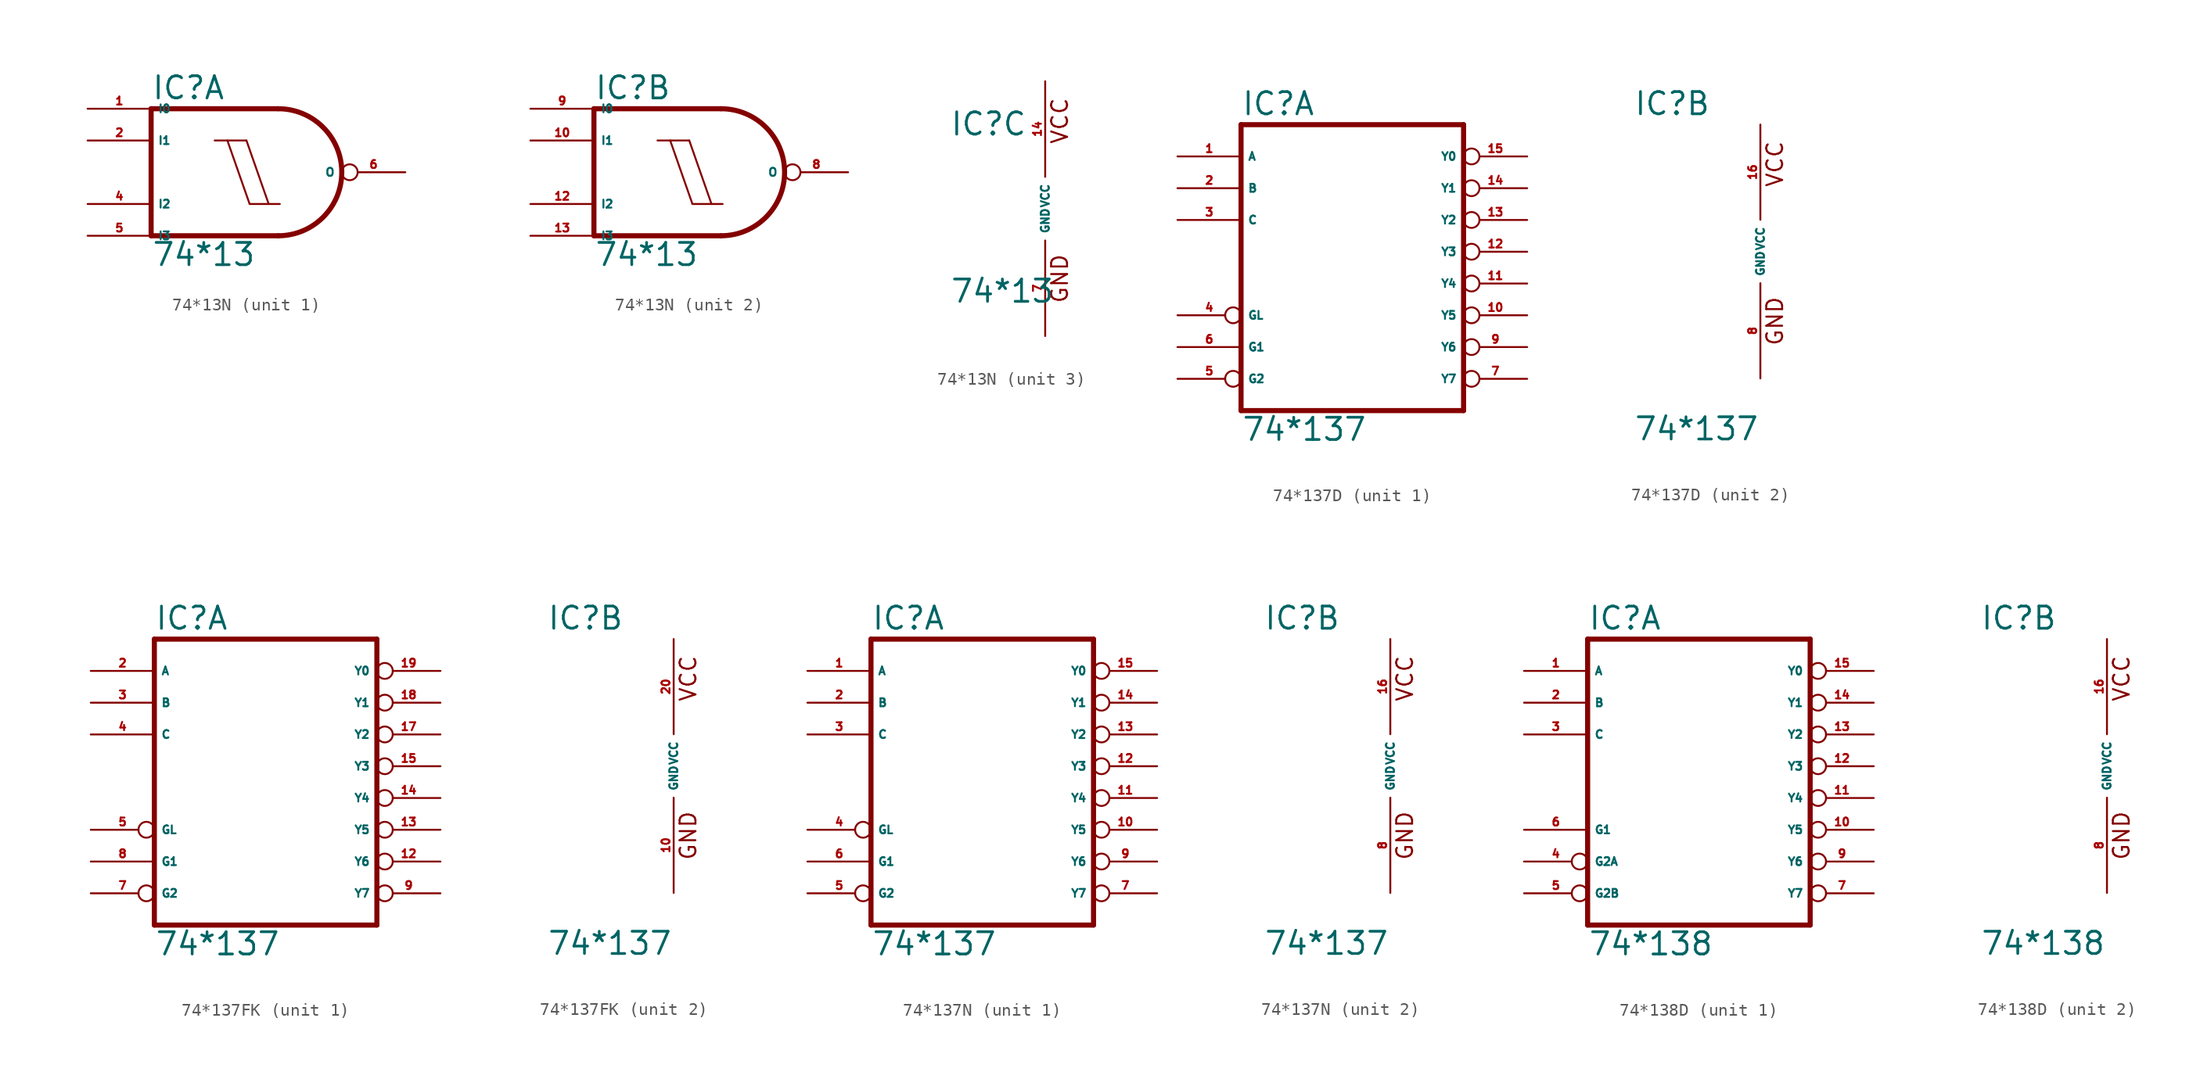
<source format=kicad_sym>
(kicad_symbol_lib
  (version 20220914)
  (generator Eagle2Kicad)
  (symbol "74*13N"
    (property "Reference" "IC"
      (at -7.62 5.715 0)
      (effects (font (size 1.778 1.778) (thickness 0.22)) (justify left bottom)))
    (property "Value" "74*13"
      (at -7.62 -7.62 0)
      (effects (font (size 1.778 1.778) (thickness 0.22)) (justify left bottom)))
    (symbol "74*13N_1_0"
      (polyline (pts (xy 2.54 5.08) (xy -7.62 5.08)) (stroke (width 0.406) (type default)) (fill (type none)))
      (polyline (pts (xy -7.62 5.08) (xy -7.62 -5.08)) (stroke (width 0.406) (type default)) (fill (type none)))
      (polyline (pts (xy -7.62 -5.08) (xy 2.54 -5.08)) (stroke (width 0.406) (type default)) (fill (type none)))
      (arc (start 2.54 -5.08) (mid 7.620 0.000) (end 2.54 5.08) (stroke (width 0.4064) (type default)) (fill (type none)))
      (polyline (pts (xy 0 2.54) (xy 1.778 -2.54)) (stroke (width 0.152) (type default)) (fill (type none)))
      (polyline (pts (xy -1.524 2.54) (xy 0.254 -2.54)) (stroke (width 0.152) (type default)) (fill (type none)))
      (polyline (pts (xy -2.54 2.54) (xy 0 2.54)) (stroke (width 0.152) (type default)) (fill (type none)))
      (polyline (pts (xy 0.254 -2.54) (xy 2.667 -2.54)) (stroke (width 0.152) (type default)) (fill (type none)))
      (pin input line (at -12.7 5.08 0) (length 5.08) (name "I0" (effects (font (size 0.635 0.635) (thickness 0.08)) (justify left bottom))) (number "1" (effects (font (size 0.635 0.635) (thickness 0.08)) (justify left bottom))))
      (pin input line (at -12.7 2.54 0) (length 5.08) (name "I1" (effects (font (size 0.635 0.635) (thickness 0.08)) (justify left bottom))) (number "2" (effects (font (size 0.635 0.635) (thickness 0.08)) (justify left bottom))))
      (pin input line (at -12.7 -2.54 0) (length 5.08) (name "I2" (effects (font (size 0.635 0.635) (thickness 0.08)) (justify left bottom))) (number "4" (effects (font (size 0.635 0.635) (thickness 0.08)) (justify left bottom))))
      (pin input line (at -12.7 -5.08 0) (length 5.08) (name "I3" (effects (font (size 0.635 0.635) (thickness 0.08)) (justify left bottom))) (number "5" (effects (font (size 0.635 0.635) (thickness 0.08)) (justify left bottom))))
      (pin output inverted (at 12.7 0 180) (length 5.08) (name "O" (effects (font (size 0.635 0.635) (thickness 0.08)) (justify left bottom))) (number "6" (effects (font (size 0.635 0.635) (thickness 0.08)) (justify left bottom)))))
    (symbol "74*13N_2_0"
      (polyline (pts (xy 2.54 5.08) (xy -7.62 5.08)) (stroke (width 0.406) (type default)) (fill (type none)))
      (polyline (pts (xy -7.62 5.08) (xy -7.62 -5.08)) (stroke (width 0.406) (type default)) (fill (type none)))
      (polyline (pts (xy -7.62 -5.08) (xy 2.54 -5.08)) (stroke (width 0.406) (type default)) (fill (type none)))
      (arc (start 2.54 -5.08) (mid 7.620 0.000) (end 2.54 5.08) (stroke (width 0.4064) (type default)) (fill (type none)))
      (polyline (pts (xy 0 2.54) (xy 1.778 -2.54)) (stroke (width 0.152) (type default)) (fill (type none)))
      (polyline (pts (xy -1.524 2.54) (xy 0.254 -2.54)) (stroke (width 0.152) (type default)) (fill (type none)))
      (polyline (pts (xy -2.54 2.54) (xy 0 2.54)) (stroke (width 0.152) (type default)) (fill (type none)))
      (polyline (pts (xy 0.254 -2.54) (xy 2.667 -2.54)) (stroke (width 0.152) (type default)) (fill (type none)))
      (pin input line (at -12.7 5.08 0) (length 5.08) (name "I0" (effects (font (size 0.635 0.635) (thickness 0.08)) (justify left bottom))) (number "9" (effects (font (size 0.635 0.635) (thickness 0.08)) (justify left bottom))))
      (pin input line (at -12.7 2.54 0) (length 5.08) (name "I1" (effects (font (size 0.635 0.635) (thickness 0.08)) (justify left bottom))) (number "10" (effects (font (size 0.635 0.635) (thickness 0.08)) (justify left bottom))))
      (pin input line (at -12.7 -2.54 0) (length 5.08) (name "I2" (effects (font (size 0.635 0.635) (thickness 0.08)) (justify left bottom))) (number "12" (effects (font (size 0.635 0.635) (thickness 0.08)) (justify left bottom))))
      (pin input line (at -12.7 -5.08 0) (length 5.08) (name "I3" (effects (font (size 0.635 0.635) (thickness 0.08)) (justify left bottom))) (number "13" (effects (font (size 0.635 0.635) (thickness 0.08)) (justify left bottom))))
      (pin output inverted (at 12.7 0 180) (length 5.08) (name "O" (effects (font (size 0.635 0.635) (thickness 0.08)) (justify left bottom))) (number "8" (effects (font (size 0.635 0.635) (thickness 0.08)) (justify left bottom)))))
    (symbol "74*13N_3_0"
      (text "GND" (at 1.905 -7.62 900) (effects (font (size 1.27 1.27) (thickness 0.16)) (justify left bottom)))
      (text "VCC" (at 1.905 5.08 900) (effects (font (size 1.27 1.27) (thickness 0.16)) (justify left bottom)))
      (pin unspecified line (at 0 -10.16 90) (length 7.62) (name "GND" (effects (font (size 0.635 0.635) (thickness 0.08)) (justify left bottom))) (number "7" (effects (font (size 0.635 0.635) (thickness 0.08)) (justify left bottom))))
      (pin unspecified line (at 0 10.16 270) (length 7.62) (name "VCC" (effects (font (size 0.635 0.635) (thickness 0.08)) (justify left bottom))) (number "14" (effects (font (size 0.635 0.635) (thickness 0.08)) (justify left bottom))))))
  (symbol "74*137D"
    (property "Reference" "IC"
      (at -10.16 10.795 0)
      (effects (font (size 1.778 1.778) (thickness 0.22)) (justify left bottom)))
    (property "Value" "74*137"
      (at -10.16 -15.24 0)
      (effects (font (size 1.778 1.778) (thickness 0.22)) (justify left bottom)))
    (symbol "74*137D_1_0"
      (polyline (pts (xy -10.16 -12.7) (xy 7.62 -12.7)) (stroke (width 0.406) (type default)) (fill (type none)))
      (polyline (pts (xy 7.62 -12.7) (xy 7.62 10.16)) (stroke (width 0.406) (type default)) (fill (type none)))
      (polyline (pts (xy 7.62 10.16) (xy -10.16 10.16)) (stroke (width 0.406) (type default)) (fill (type none)))
      (polyline (pts (xy -10.16 10.16) (xy -10.16 -12.7)) (stroke (width 0.406) (type default)) (fill (type none)))
      (pin input line (at -15.24 7.62 0) (length 5.08) (name "A" (effects (font (size 0.635 0.635) (thickness 0.08)) (justify left bottom))) (number "1" (effects (font (size 0.635 0.635) (thickness 0.08)) (justify left bottom))))
      (pin input line (at -15.24 5.08 0) (length 5.08) (name "B" (effects (font (size 0.635 0.635) (thickness 0.08)) (justify left bottom))) (number "2" (effects (font (size 0.635 0.635) (thickness 0.08)) (justify left bottom))))
      (pin input line (at -15.24 2.54 0) (length 5.08) (name "C" (effects (font (size 0.635 0.635) (thickness 0.08)) (justify left bottom))) (number "3" (effects (font (size 0.635 0.635) (thickness 0.08)) (justify left bottom))))
      (pin input inverted (at -15.24 -5.08 0) (length 5.08) (name "GL" (effects (font (size 0.635 0.635) (thickness 0.08)) (justify left bottom))) (number "4" (effects (font (size 0.635 0.635) (thickness 0.08)) (justify left bottom))))
      (pin input inverted (at -15.24 -10.16 0) (length 5.08) (name "G2" (effects (font (size 0.635 0.635) (thickness 0.08)) (justify left bottom))) (number "5" (effects (font (size 0.635 0.635) (thickness 0.08)) (justify left bottom))))
      (pin input line (at -15.24 -7.62 0) (length 5.08) (name "G1" (effects (font (size 0.635 0.635) (thickness 0.08)) (justify left bottom))) (number "6" (effects (font (size 0.635 0.635) (thickness 0.08)) (justify left bottom))))
      (pin output inverted (at 12.7 -10.16 180) (length 5.08) (name "Y7" (effects (font (size 0.635 0.635) (thickness 0.08)) (justify left bottom))) (number "7" (effects (font (size 0.635 0.635) (thickness 0.08)) (justify left bottom))))
      (pin output inverted (at 12.7 -7.62 180) (length 5.08) (name "Y6" (effects (font (size 0.635 0.635) (thickness 0.08)) (justify left bottom))) (number "9" (effects (font (size 0.635 0.635) (thickness 0.08)) (justify left bottom))))
      (pin output inverted (at 12.7 -5.08 180) (length 5.08) (name "Y5" (effects (font (size 0.635 0.635) (thickness 0.08)) (justify left bottom))) (number "10" (effects (font (size 0.635 0.635) (thickness 0.08)) (justify left bottom))))
      (pin output inverted (at 12.7 -2.54 180) (length 5.08) (name "Y4" (effects (font (size 0.635 0.635) (thickness 0.08)) (justify left bottom))) (number "11" (effects (font (size 0.635 0.635) (thickness 0.08)) (justify left bottom))))
      (pin output inverted (at 12.7 0 180) (length 5.08) (name "Y3" (effects (font (size 0.635 0.635) (thickness 0.08)) (justify left bottom))) (number "12" (effects (font (size 0.635 0.635) (thickness 0.08)) (justify left bottom))))
      (pin output inverted (at 12.7 2.54 180) (length 5.08) (name "Y2" (effects (font (size 0.635 0.635) (thickness 0.08)) (justify left bottom))) (number "13" (effects (font (size 0.635 0.635) (thickness 0.08)) (justify left bottom))))
      (pin output inverted (at 12.7 5.08 180) (length 5.08) (name "Y1" (effects (font (size 0.635 0.635) (thickness 0.08)) (justify left bottom))) (number "14" (effects (font (size 0.635 0.635) (thickness 0.08)) (justify left bottom))))
      (pin output inverted (at 12.7 7.62 180) (length 5.08) (name "Y0" (effects (font (size 0.635 0.635) (thickness 0.08)) (justify left bottom))) (number "15" (effects (font (size 0.635 0.635) (thickness 0.08)) (justify left bottom)))))
    (symbol "74*137D_2_0"
      (text "GND" (at 1.905 -7.62 900) (effects (font (size 1.27 1.27) (thickness 0.16)) (justify left bottom)))
      (text "VCC" (at 1.905 5.08 900) (effects (font (size 1.27 1.27) (thickness 0.16)) (justify left bottom)))
      (pin unspecified line (at 0 -10.16 90) (length 7.62) (name "GND" (effects (font (size 0.635 0.635) (thickness 0.08)) (justify left bottom))) (number "8" (effects (font (size 0.635 0.635) (thickness 0.08)) (justify left bottom))))
      (pin unspecified line (at 0 10.16 270) (length 7.62) (name "VCC" (effects (font (size 0.635 0.635) (thickness 0.08)) (justify left bottom))) (number "16" (effects (font (size 0.635 0.635) (thickness 0.08)) (justify left bottom))))))
  (symbol "74*137FK"
    (property "Reference" "IC"
      (at -10.16 10.795 0)
      (effects (font (size 1.778 1.778) (thickness 0.22)) (justify left bottom)))
    (property "Value" "74*137"
      (at -10.16 -15.24 0)
      (effects (font (size 1.778 1.778) (thickness 0.22)) (justify left bottom)))
    (symbol "74*137FK_1_0"
      (polyline (pts (xy -10.16 -12.7) (xy 7.62 -12.7)) (stroke (width 0.406) (type default)) (fill (type none)))
      (polyline (pts (xy 7.62 -12.7) (xy 7.62 10.16)) (stroke (width 0.406) (type default)) (fill (type none)))
      (polyline (pts (xy 7.62 10.16) (xy -10.16 10.16)) (stroke (width 0.406) (type default)) (fill (type none)))
      (polyline (pts (xy -10.16 10.16) (xy -10.16 -12.7)) (stroke (width 0.406) (type default)) (fill (type none)))
      (pin input line (at -15.24 7.62 0) (length 5.08) (name "A" (effects (font (size 0.635 0.635) (thickness 0.08)) (justify left bottom))) (number "2" (effects (font (size 0.635 0.635) (thickness 0.08)) (justify left bottom))))
      (pin input line (at -15.24 5.08 0) (length 5.08) (name "B" (effects (font (size 0.635 0.635) (thickness 0.08)) (justify left bottom))) (number "3" (effects (font (size 0.635 0.635) (thickness 0.08)) (justify left bottom))))
      (pin input line (at -15.24 2.54 0) (length 5.08) (name "C" (effects (font (size 0.635 0.635) (thickness 0.08)) (justify left bottom))) (number "4" (effects (font (size 0.635 0.635) (thickness 0.08)) (justify left bottom))))
      (pin input inverted (at -15.24 -5.08 0) (length 5.08) (name "GL" (effects (font (size 0.635 0.635) (thickness 0.08)) (justify left bottom))) (number "5" (effects (font (size 0.635 0.635) (thickness 0.08)) (justify left bottom))))
      (pin input inverted (at -15.24 -10.16 0) (length 5.08) (name "G2" (effects (font (size 0.635 0.635) (thickness 0.08)) (justify left bottom))) (number "7" (effects (font (size 0.635 0.635) (thickness 0.08)) (justify left bottom))))
      (pin input line (at -15.24 -7.62 0) (length 5.08) (name "G1" (effects (font (size 0.635 0.635) (thickness 0.08)) (justify left bottom))) (number "8" (effects (font (size 0.635 0.635) (thickness 0.08)) (justify left bottom))))
      (pin output inverted (at 12.7 -10.16 180) (length 5.08) (name "Y7" (effects (font (size 0.635 0.635) (thickness 0.08)) (justify left bottom))) (number "9" (effects (font (size 0.635 0.635) (thickness 0.08)) (justify left bottom))))
      (pin output inverted (at 12.7 -7.62 180) (length 5.08) (name "Y6" (effects (font (size 0.635 0.635) (thickness 0.08)) (justify left bottom))) (number "12" (effects (font (size 0.635 0.635) (thickness 0.08)) (justify left bottom))))
      (pin output inverted (at 12.7 -5.08 180) (length 5.08) (name "Y5" (effects (font (size 0.635 0.635) (thickness 0.08)) (justify left bottom))) (number "13" (effects (font (size 0.635 0.635) (thickness 0.08)) (justify left bottom))))
      (pin output inverted (at 12.7 -2.54 180) (length 5.08) (name "Y4" (effects (font (size 0.635 0.635) (thickness 0.08)) (justify left bottom))) (number "14" (effects (font (size 0.635 0.635) (thickness 0.08)) (justify left bottom))))
      (pin output inverted (at 12.7 0 180) (length 5.08) (name "Y3" (effects (font (size 0.635 0.635) (thickness 0.08)) (justify left bottom))) (number "15" (effects (font (size 0.635 0.635) (thickness 0.08)) (justify left bottom))))
      (pin output inverted (at 12.7 2.54 180) (length 5.08) (name "Y2" (effects (font (size 0.635 0.635) (thickness 0.08)) (justify left bottom))) (number "17" (effects (font (size 0.635 0.635) (thickness 0.08)) (justify left bottom))))
      (pin output inverted (at 12.7 5.08 180) (length 5.08) (name "Y1" (effects (font (size 0.635 0.635) (thickness 0.08)) (justify left bottom))) (number "18" (effects (font (size 0.635 0.635) (thickness 0.08)) (justify left bottom))))
      (pin output inverted (at 12.7 7.62 180) (length 5.08) (name "Y0" (effects (font (size 0.635 0.635) (thickness 0.08)) (justify left bottom))) (number "19" (effects (font (size 0.635 0.635) (thickness 0.08)) (justify left bottom)))))
    (symbol "74*137FK_2_0"
      (text "GND" (at 1.905 -7.62 900) (effects (font (size 1.27 1.27) (thickness 0.16)) (justify left bottom)))
      (text "VCC" (at 1.905 5.08 900) (effects (font (size 1.27 1.27) (thickness 0.16)) (justify left bottom)))
      (pin unspecified line (at 0 -10.16 90) (length 7.62) (name "GND" (effects (font (size 0.635 0.635) (thickness 0.08)) (justify left bottom))) (number "10" (effects (font (size 0.635 0.635) (thickness 0.08)) (justify left bottom))))
      (pin unspecified line (at 0 10.16 270) (length 7.62) (name "VCC" (effects (font (size 0.635 0.635) (thickness 0.08)) (justify left bottom))) (number "20" (effects (font (size 0.635 0.635) (thickness 0.08)) (justify left bottom))))))
  (symbol "74*137N"
    (property "Reference" "IC"
      (at -10.16 10.795 0)
      (effects (font (size 1.778 1.778) (thickness 0.22)) (justify left bottom)))
    (property "Value" "74*137"
      (at -10.16 -15.24 0)
      (effects (font (size 1.778 1.778) (thickness 0.22)) (justify left bottom)))
    (symbol "74*137N_1_0"
      (polyline (pts (xy -10.16 -12.7) (xy 7.62 -12.7)) (stroke (width 0.406) (type default)) (fill (type none)))
      (polyline (pts (xy 7.62 -12.7) (xy 7.62 10.16)) (stroke (width 0.406) (type default)) (fill (type none)))
      (polyline (pts (xy 7.62 10.16) (xy -10.16 10.16)) (stroke (width 0.406) (type default)) (fill (type none)))
      (polyline (pts (xy -10.16 10.16) (xy -10.16 -12.7)) (stroke (width 0.406) (type default)) (fill (type none)))
      (pin input line (at -15.24 7.62 0) (length 5.08) (name "A" (effects (font (size 0.635 0.635) (thickness 0.08)) (justify left bottom))) (number "1" (effects (font (size 0.635 0.635) (thickness 0.08)) (justify left bottom))))
      (pin input line (at -15.24 5.08 0) (length 5.08) (name "B" (effects (font (size 0.635 0.635) (thickness 0.08)) (justify left bottom))) (number "2" (effects (font (size 0.635 0.635) (thickness 0.08)) (justify left bottom))))
      (pin input line (at -15.24 2.54 0) (length 5.08) (name "C" (effects (font (size 0.635 0.635) (thickness 0.08)) (justify left bottom))) (number "3" (effects (font (size 0.635 0.635) (thickness 0.08)) (justify left bottom))))
      (pin input inverted (at -15.24 -5.08 0) (length 5.08) (name "GL" (effects (font (size 0.635 0.635) (thickness 0.08)) (justify left bottom))) (number "4" (effects (font (size 0.635 0.635) (thickness 0.08)) (justify left bottom))))
      (pin input inverted (at -15.24 -10.16 0) (length 5.08) (name "G2" (effects (font (size 0.635 0.635) (thickness 0.08)) (justify left bottom))) (number "5" (effects (font (size 0.635 0.635) (thickness 0.08)) (justify left bottom))))
      (pin input line (at -15.24 -7.62 0) (length 5.08) (name "G1" (effects (font (size 0.635 0.635) (thickness 0.08)) (justify left bottom))) (number "6" (effects (font (size 0.635 0.635) (thickness 0.08)) (justify left bottom))))
      (pin output inverted (at 12.7 -10.16 180) (length 5.08) (name "Y7" (effects (font (size 0.635 0.635) (thickness 0.08)) (justify left bottom))) (number "7" (effects (font (size 0.635 0.635) (thickness 0.08)) (justify left bottom))))
      (pin output inverted (at 12.7 -7.62 180) (length 5.08) (name "Y6" (effects (font (size 0.635 0.635) (thickness 0.08)) (justify left bottom))) (number "9" (effects (font (size 0.635 0.635) (thickness 0.08)) (justify left bottom))))
      (pin output inverted (at 12.7 -5.08 180) (length 5.08) (name "Y5" (effects (font (size 0.635 0.635) (thickness 0.08)) (justify left bottom))) (number "10" (effects (font (size 0.635 0.635) (thickness 0.08)) (justify left bottom))))
      (pin output inverted (at 12.7 -2.54 180) (length 5.08) (name "Y4" (effects (font (size 0.635 0.635) (thickness 0.08)) (justify left bottom))) (number "11" (effects (font (size 0.635 0.635) (thickness 0.08)) (justify left bottom))))
      (pin output inverted (at 12.7 0 180) (length 5.08) (name "Y3" (effects (font (size 0.635 0.635) (thickness 0.08)) (justify left bottom))) (number "12" (effects (font (size 0.635 0.635) (thickness 0.08)) (justify left bottom))))
      (pin output inverted (at 12.7 2.54 180) (length 5.08) (name "Y2" (effects (font (size 0.635 0.635) (thickness 0.08)) (justify left bottom))) (number "13" (effects (font (size 0.635 0.635) (thickness 0.08)) (justify left bottom))))
      (pin output inverted (at 12.7 5.08 180) (length 5.08) (name "Y1" (effects (font (size 0.635 0.635) (thickness 0.08)) (justify left bottom))) (number "14" (effects (font (size 0.635 0.635) (thickness 0.08)) (justify left bottom))))
      (pin output inverted (at 12.7 7.62 180) (length 5.08) (name "Y0" (effects (font (size 0.635 0.635) (thickness 0.08)) (justify left bottom))) (number "15" (effects (font (size 0.635 0.635) (thickness 0.08)) (justify left bottom)))))
    (symbol "74*137N_2_0"
      (text "GND" (at 1.905 -7.62 900) (effects (font (size 1.27 1.27) (thickness 0.16)) (justify left bottom)))
      (text "VCC" (at 1.905 5.08 900) (effects (font (size 1.27 1.27) (thickness 0.16)) (justify left bottom)))
      (pin unspecified line (at 0 -10.16 90) (length 7.62) (name "GND" (effects (font (size 0.635 0.635) (thickness 0.08)) (justify left bottom))) (number "8" (effects (font (size 0.635 0.635) (thickness 0.08)) (justify left bottom))))
      (pin unspecified line (at 0 10.16 270) (length 7.62) (name "VCC" (effects (font (size 0.635 0.635) (thickness 0.08)) (justify left bottom))) (number "16" (effects (font (size 0.635 0.635) (thickness 0.08)) (justify left bottom))))))
  (symbol "74*138D"
    (property "Reference" "IC"
      (at -10.16 10.795 0)
      (effects (font (size 1.778 1.778) (thickness 0.22)) (justify left bottom)))
    (property "Value" "74*138"
      (at -10.16 -15.24 0)
      (effects (font (size 1.778 1.778) (thickness 0.22)) (justify left bottom)))
    (symbol "74*138D_1_0"
      (polyline (pts (xy -10.16 -12.7) (xy 7.62 -12.7)) (stroke (width 0.406) (type default)) (fill (type none)))
      (polyline (pts (xy 7.62 -12.7) (xy 7.62 10.16)) (stroke (width 0.406) (type default)) (fill (type none)))
      (polyline (pts (xy 7.62 10.16) (xy -10.16 10.16)) (stroke (width 0.406) (type default)) (fill (type none)))
      (polyline (pts (xy -10.16 10.16) (xy -10.16 -12.7)) (stroke (width 0.406) (type default)) (fill (type none)))
      (pin input line (at -15.24 7.62 0) (length 5.08) (name "A" (effects (font (size 0.635 0.635) (thickness 0.08)) (justify left bottom))) (number "1" (effects (font (size 0.635 0.635) (thickness 0.08)) (justify left bottom))))
      (pin input line (at -15.24 5.08 0) (length 5.08) (name "B" (effects (font (size 0.635 0.635) (thickness 0.08)) (justify left bottom))) (number "2" (effects (font (size 0.635 0.635) (thickness 0.08)) (justify left bottom))))
      (pin input line (at -15.24 2.54 0) (length 5.08) (name "C" (effects (font (size 0.635 0.635) (thickness 0.08)) (justify left bottom))) (number "3" (effects (font (size 0.635 0.635) (thickness 0.08)) (justify left bottom))))
      (pin input inverted (at -15.24 -7.62 0) (length 5.08) (name "G2A" (effects (font (size 0.635 0.635) (thickness 0.08)) (justify left bottom))) (number "4" (effects (font (size 0.635 0.635) (thickness 0.08)) (justify left bottom))))
      (pin input inverted (at -15.24 -10.16 0) (length 5.08) (name "G2B" (effects (font (size 0.635 0.635) (thickness 0.08)) (justify left bottom))) (number "5" (effects (font (size 0.635 0.635) (thickness 0.08)) (justify left bottom))))
      (pin input line (at -15.24 -5.08 0) (length 5.08) (name "G1" (effects (font (size 0.635 0.635) (thickness 0.08)) (justify left bottom))) (number "6" (effects (font (size 0.635 0.635) (thickness 0.08)) (justify left bottom))))
      (pin output inverted (at 12.7 -10.16 180) (length 5.08) (name "Y7" (effects (font (size 0.635 0.635) (thickness 0.08)) (justify left bottom))) (number "7" (effects (font (size 0.635 0.635) (thickness 0.08)) (justify left bottom))))
      (pin output inverted (at 12.7 -7.62 180) (length 5.08) (name "Y6" (effects (font (size 0.635 0.635) (thickness 0.08)) (justify left bottom))) (number "9" (effects (font (size 0.635 0.635) (thickness 0.08)) (justify left bottom))))
      (pin output inverted (at 12.7 -5.08 180) (length 5.08) (name "Y5" (effects (font (size 0.635 0.635) (thickness 0.08)) (justify left bottom))) (number "10" (effects (font (size 0.635 0.635) (thickness 0.08)) (justify left bottom))))
      (pin output inverted (at 12.7 -2.54 180) (length 5.08) (name "Y4" (effects (font (size 0.635 0.635) (thickness 0.08)) (justify left bottom))) (number "11" (effects (font (size 0.635 0.635) (thickness 0.08)) (justify left bottom))))
      (pin output inverted (at 12.7 0 180) (length 5.08) (name "Y3" (effects (font (size 0.635 0.635) (thickness 0.08)) (justify left bottom))) (number "12" (effects (font (size 0.635 0.635) (thickness 0.08)) (justify left bottom))))
      (pin output inverted (at 12.7 2.54 180) (length 5.08) (name "Y2" (effects (font (size 0.635 0.635) (thickness 0.08)) (justify left bottom))) (number "13" (effects (font (size 0.635 0.635) (thickness 0.08)) (justify left bottom))))
      (pin output inverted (at 12.7 5.08 180) (length 5.08) (name "Y1" (effects (font (size 0.635 0.635) (thickness 0.08)) (justify left bottom))) (number "14" (effects (font (size 0.635 0.635) (thickness 0.08)) (justify left bottom))))
      (pin output inverted (at 12.7 7.62 180) (length 5.08) (name "Y0" (effects (font (size 0.635 0.635) (thickness 0.08)) (justify left bottom))) (number "15" (effects (font (size 0.635 0.635) (thickness 0.08)) (justify left bottom)))))
    (symbol "74*138D_2_0"
      (text "GND" (at 1.905 -7.62 900) (effects (font (size 1.27 1.27) (thickness 0.16)) (justify left bottom)))
      (text "VCC" (at 1.905 5.08 900) (effects (font (size 1.27 1.27) (thickness 0.16)) (justify left bottom)))
      (pin unspecified line (at 0 -10.16 90) (length 7.62) (name "GND" (effects (font (size 0.635 0.635) (thickness 0.08)) (justify left bottom))) (number "8" (effects (font (size 0.635 0.635) (thickness 0.08)) (justify left bottom))))
      (pin unspecified line (at 0 10.16 270) (length 7.62) (name "VCC" (effects (font (size 0.635 0.635) (thickness 0.08)) (justify left bottom))) (number "16" (effects (font (size 0.635 0.635) (thickness 0.08)) (justify left bottom)))))))
</source>
